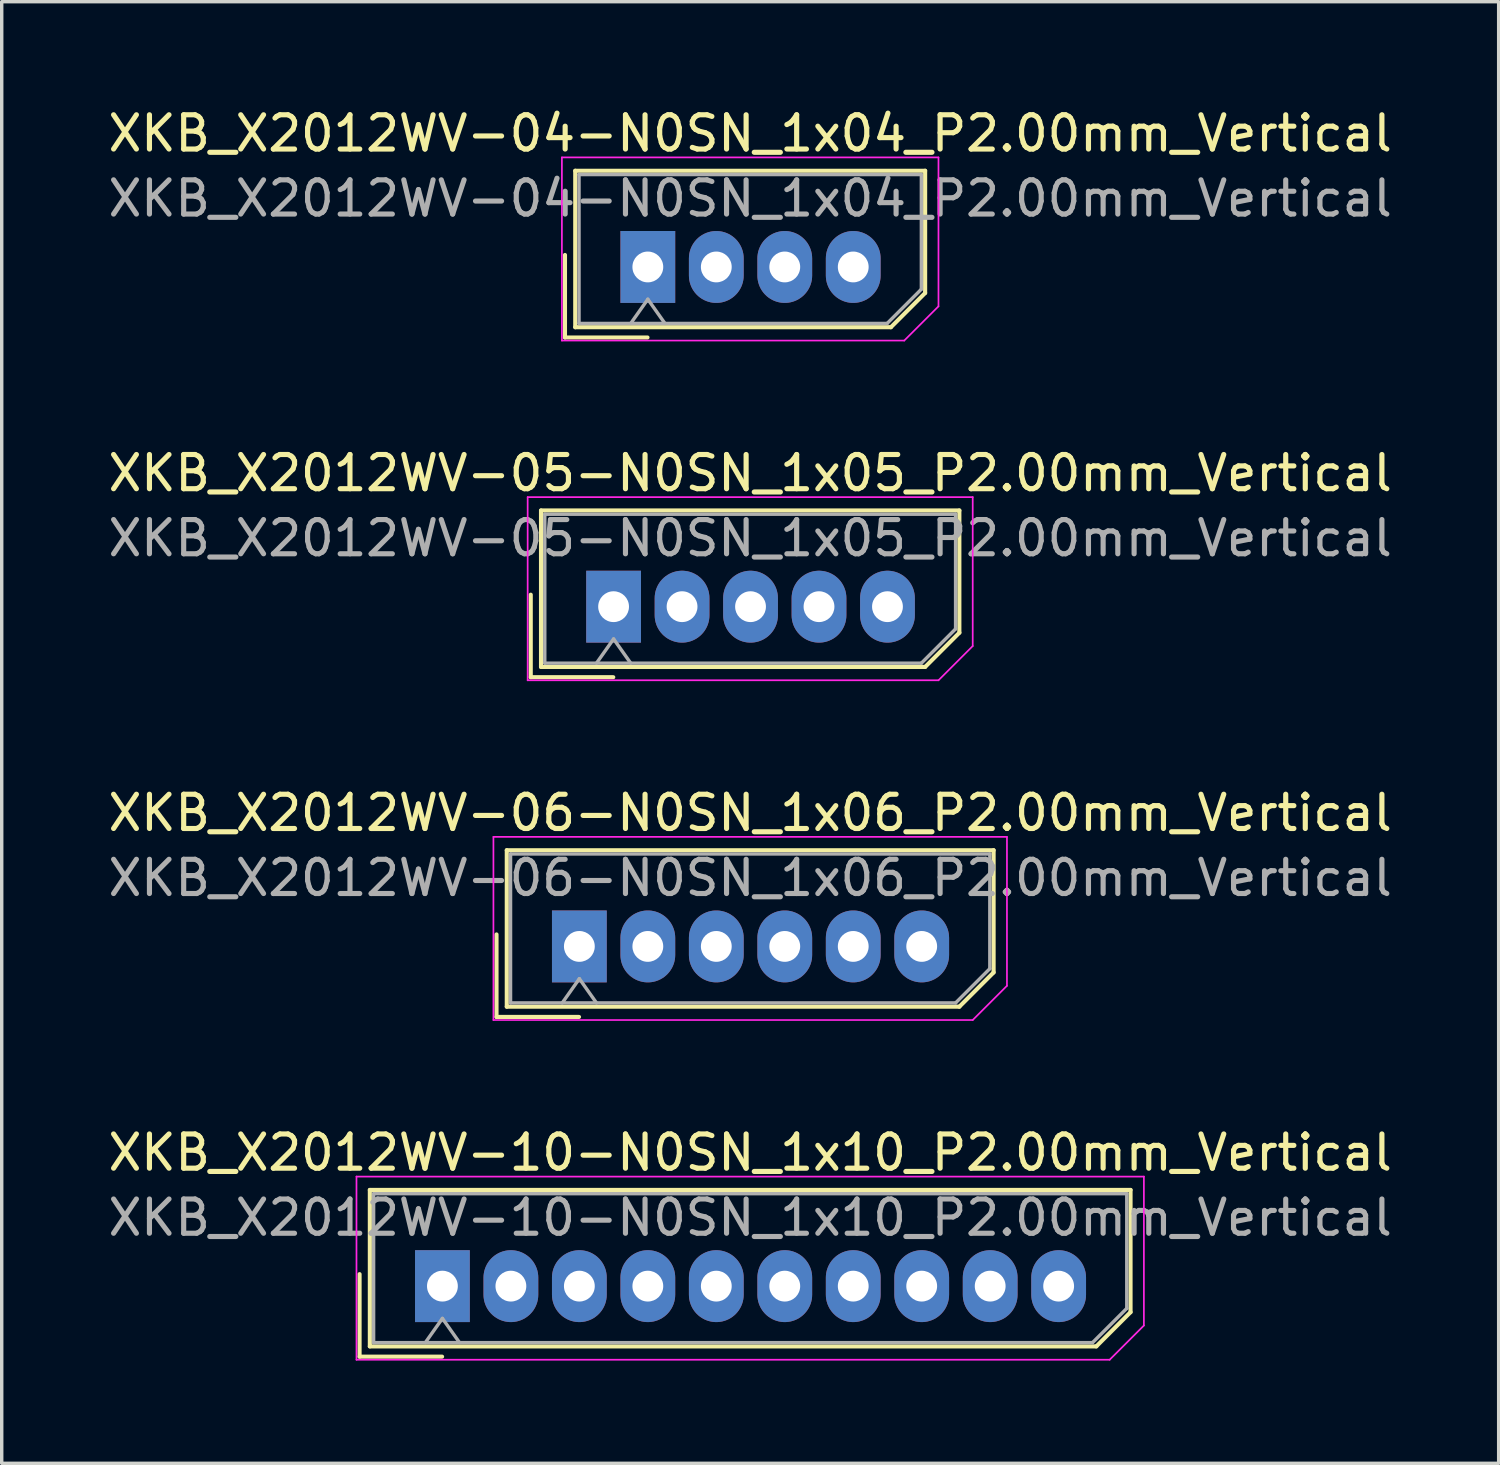
<source format=kicad_pcb>
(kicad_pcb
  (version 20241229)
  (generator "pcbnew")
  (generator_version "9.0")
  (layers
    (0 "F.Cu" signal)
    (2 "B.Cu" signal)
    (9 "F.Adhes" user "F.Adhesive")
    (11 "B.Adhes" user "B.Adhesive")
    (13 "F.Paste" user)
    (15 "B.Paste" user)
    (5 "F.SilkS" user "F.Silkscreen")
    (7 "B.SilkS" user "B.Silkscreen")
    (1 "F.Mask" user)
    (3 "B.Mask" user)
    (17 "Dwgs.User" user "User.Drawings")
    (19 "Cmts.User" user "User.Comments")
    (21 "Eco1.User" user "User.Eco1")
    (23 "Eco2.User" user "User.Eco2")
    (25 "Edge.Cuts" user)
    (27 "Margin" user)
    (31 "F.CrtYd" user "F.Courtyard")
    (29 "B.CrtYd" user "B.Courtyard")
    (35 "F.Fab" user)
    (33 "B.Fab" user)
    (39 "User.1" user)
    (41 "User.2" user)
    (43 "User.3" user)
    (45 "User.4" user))
  (footprint "XKB_X2012WV-04-N0SN_1x04_P2.00mm_Vertical"
    (layer "F.Cu")
    (at 15.873 4.748)
    (property "Reference" "XKB_X2012WV-04-N0SN_1x04_P2.00mm_Vertical" (at 2.99 -3.9 0) (layer "F.SilkS") (effects (font (size 1 1) (thickness 0.15))))
    (attr through_hole)
    (fp_line (start -2.42 -0.35) (end -2.42 2.06) (stroke (width 0.12) (type solid)) (layer "F.SilkS"))
    (fp_line (start -2.42 2.06) (end -0.01 2.06) (stroke (width 0.12) (type solid)) (layer "F.SilkS"))
    (fp_line (start -2.12 -2.81) (end -2.12 1.76) (stroke (width 0.12) (type solid)) (layer "F.SilkS"))
    (fp_line (start -2.12 1.76) (end 7.1 1.76) (stroke (width 0.12) (type solid)) (layer "F.SilkS"))
    (fp_line (start 7.1 1.76) (end 8.1 0.76) (stroke (width 0.12) (type solid)) (layer "F.SilkS"))
    (fp_line (start 8.1 -2.81) (end -2.12 -2.81) (stroke (width 0.12) (type solid)) (layer "F.SilkS"))
    (fp_line (start 8.1 0.76) (end 8.1 -2.81) (stroke (width 0.12) (type solid)) (layer "F.SilkS"))
    (fp_line (start -2.51 -3.2) (end -2.51 2.15) (stroke (width 0.05) (type solid)) (layer "F.CrtYd"))
    (fp_line (start -2.51 2.15) (end 7.49 2.15) (stroke (width 0.05) (type solid)) (layer "F.CrtYd"))
    (fp_line (start 7.49 2.15) (end 8.49 1.15) (stroke (width 0.05) (type solid)) (layer "F.CrtYd"))
    (fp_line (start 8.49 -3.2) (end -2.51 -3.2) (stroke (width 0.05) (type solid)) (layer "F.CrtYd"))
    (fp_line (start 8.49 1.15) (end 8.49 -3.2) (stroke (width 0.05) (type solid)) (layer "F.CrtYd"))
    (fp_line (start -2.01 -2.7) (end -2.01 1.65) (stroke (width 0.1) (type solid)) (layer "F.Fab"))
    (fp_line (start -2.01 1.65) (end 6.99 1.65) (stroke (width 0.1) (type solid)) (layer "F.Fab"))
    (fp_line (start -0.5 1.65) (end 0 0.943) (stroke (width 0.1) (type solid)) (layer "F.Fab"))
    (fp_line (start 0 0.943) (end 0.5 1.65) (stroke (width 0.1) (type solid)) (layer "F.Fab"))
    (fp_line (start 6.99 1.65) (end 7.99 0.65) (stroke (width 0.1) (type solid)) (layer "F.Fab"))
    (fp_line (start 7.99 -2.7) (end -2.01 -2.7) (stroke (width 0.1) (type solid)) (layer "F.Fab"))
    (fp_line (start 7.99 0.65) (end 7.99 -2.7) (stroke (width 0.1) (type solid)) (layer "F.Fab"))
    (fp_text user "${REFERENCE}" (at 2.99 -2 0) (layer "F.Fab") (effects (font (size 1 1) (thickness 0.15))))
    (pad "1" thru_hole rect (at 0 0) (size 1.6 2.1) (drill 0.9) (layers "*.Cu" "*.Mask"))
    (pad "2" thru_hole oval (at 2 0) (size 1.6 2.1) (drill 0.9) (layers "*.Cu" "*.Mask"))
    (pad "3" thru_hole oval (at 4 0) (size 1.6 2.1) (drill 0.9) (layers "*.Cu" "*.Mask"))
    (pad "4" thru_hole oval (at 6 0) (size 1.6 2.1) (drill 0.9) (layers "*.Cu" "*.Mask")))
  (footprint "XKB_X2012WV-05-N0SN_1x05_P2.00mm_Vertical"
    (layer "F.Cu")
    (at 14.873 14.671)
    (property "Reference" "XKB_X2012WV-05-N0SN_1x05_P2.00mm_Vertical" (at 3.99 -3.9 0) (layer "F.SilkS") (effects (font (size 1 1) (thickness 0.15))))
    (attr through_hole)
    (fp_line (start -2.42 -0.35) (end -2.42 2.06) (stroke (width 0.12) (type solid)) (layer "F.SilkS"))
    (fp_line (start -2.42 2.06) (end -0.01 2.06) (stroke (width 0.12) (type solid)) (layer "F.SilkS"))
    (fp_line (start -2.12 -2.81) (end -2.12 1.76) (stroke (width 0.12) (type solid)) (layer "F.SilkS"))
    (fp_line (start -2.12 1.76) (end 9.1 1.76) (stroke (width 0.12) (type solid)) (layer "F.SilkS"))
    (fp_line (start 9.1 1.76) (end 10.1 0.76) (stroke (width 0.12) (type solid)) (layer "F.SilkS"))
    (fp_line (start 10.1 -2.81) (end -2.12 -2.81) (stroke (width 0.12) (type solid)) (layer "F.SilkS"))
    (fp_line (start 10.1 0.76) (end 10.1 -2.81) (stroke (width 0.12) (type solid)) (layer "F.SilkS"))
    (fp_line (start -2.51 -3.2) (end -2.51 2.15) (stroke (width 0.05) (type solid)) (layer "F.CrtYd"))
    (fp_line (start -2.51 2.15) (end 9.49 2.15) (stroke (width 0.05) (type solid)) (layer "F.CrtYd"))
    (fp_line (start 9.49 2.15) (end 10.49 1.15) (stroke (width 0.05) (type solid)) (layer "F.CrtYd"))
    (fp_line (start 10.49 -3.2) (end -2.51 -3.2) (stroke (width 0.05) (type solid)) (layer "F.CrtYd"))
    (fp_line (start 10.49 1.15) (end 10.49 -3.2) (stroke (width 0.05) (type solid)) (layer "F.CrtYd"))
    (fp_line (start -2.01 -2.7) (end -2.01 1.65) (stroke (width 0.1) (type solid)) (layer "F.Fab"))
    (fp_line (start -2.01 1.65) (end 8.99 1.65) (stroke (width 0.1) (type solid)) (layer "F.Fab"))
    (fp_line (start -0.5 1.65) (end 0 0.943) (stroke (width 0.1) (type solid)) (layer "F.Fab"))
    (fp_line (start 0 0.943) (end 0.5 1.65) (stroke (width 0.1) (type solid)) (layer "F.Fab"))
    (fp_line (start 8.99 1.65) (end 9.99 0.65) (stroke (width 0.1) (type solid)) (layer "F.Fab"))
    (fp_line (start 9.99 -2.7) (end -2.01 -2.7) (stroke (width 0.1) (type solid)) (layer "F.Fab"))
    (fp_line (start 9.99 0.65) (end 9.99 -2.7) (stroke (width 0.1) (type solid)) (layer "F.Fab"))
    (fp_text user "${REFERENCE}" (at 3.99 -2 0) (layer "F.Fab") (effects (font (size 1 1) (thickness 0.15))))
    (pad "1" thru_hole rect (at 0 0) (size 1.6 2.1) (drill 0.9) (layers "*.Cu" "*.Mask"))
    (pad "2" thru_hole oval (at 2 0) (size 1.6 2.1) (drill 0.9) (layers "*.Cu" "*.Mask"))
    (pad "3" thru_hole oval (at 4 0) (size 1.6 2.1) (drill 0.9) (layers "*.Cu" "*.Mask"))
    (pad "4" thru_hole oval (at 6 0) (size 1.6 2.1) (drill 0.9) (layers "*.Cu" "*.Mask"))
    (pad "5" thru_hole oval (at 8 0) (size 1.6 2.1) (drill 0.9) (layers "*.Cu" "*.Mask")))
  (footprint "XKB_X2012WV-10-N0SN_1x10_P2.00mm_Vertical"
    (layer "F.Cu")
    (at 9.873 34.518)
    (property "Reference" "XKB_X2012WV-10-N0SN_1x10_P2.00mm_Vertical" (at 8.99 -3.9 0) (layer "F.SilkS") (effects (font (size 1 1) (thickness 0.15))))
    (attr through_hole)
    (fp_line (start -2.42 -0.35) (end -2.42 2.06) (stroke (width 0.12) (type solid)) (layer "F.SilkS"))
    (fp_line (start -2.42 2.06) (end -0.01 2.06) (stroke (width 0.12) (type solid)) (layer "F.SilkS"))
    (fp_line (start -2.12 -2.81) (end -2.12 1.76) (stroke (width 0.12) (type solid)) (layer "F.SilkS"))
    (fp_line (start -2.12 1.76) (end 19.1 1.76) (stroke (width 0.12) (type solid)) (layer "F.SilkS"))
    (fp_line (start 19.1 1.76) (end 20.1 0.76) (stroke (width 0.12) (type solid)) (layer "F.SilkS"))
    (fp_line (start 20.1 -2.81) (end -2.12 -2.81) (stroke (width 0.12) (type solid)) (layer "F.SilkS"))
    (fp_line (start 20.1 0.76) (end 20.1 -2.81) (stroke (width 0.12) (type solid)) (layer "F.SilkS"))
    (fp_line (start -2.51 -3.2) (end -2.51 2.15) (stroke (width 0.05) (type solid)) (layer "F.CrtYd"))
    (fp_line (start -2.51 2.15) (end 19.49 2.15) (stroke (width 0.05) (type solid)) (layer "F.CrtYd"))
    (fp_line (start 19.49 2.15) (end 20.49 1.15) (stroke (width 0.05) (type solid)) (layer "F.CrtYd"))
    (fp_line (start 20.49 -3.2) (end -2.51 -3.2) (stroke (width 0.05) (type solid)) (layer "F.CrtYd"))
    (fp_line (start 20.49 1.15) (end 20.49 -3.2) (stroke (width 0.05) (type solid)) (layer "F.CrtYd"))
    (fp_line (start -2.01 -2.7) (end -2.01 1.65) (stroke (width 0.1) (type solid)) (layer "F.Fab"))
    (fp_line (start -2.01 1.65) (end 18.99 1.65) (stroke (width 0.1) (type solid)) (layer "F.Fab"))
    (fp_line (start -0.5 1.65) (end 0 0.943) (stroke (width 0.1) (type solid)) (layer "F.Fab"))
    (fp_line (start 0 0.943) (end 0.5 1.65) (stroke (width 0.1) (type solid)) (layer "F.Fab"))
    (fp_line (start 18.99 1.65) (end 19.99 0.65) (stroke (width 0.1) (type solid)) (layer "F.Fab"))
    (fp_line (start 19.99 -2.7) (end -2.01 -2.7) (stroke (width 0.1) (type solid)) (layer "F.Fab"))
    (fp_line (start 19.99 0.65) (end 19.99 -2.7) (stroke (width 0.1) (type solid)) (layer "F.Fab"))
    (fp_text user "${REFERENCE}" (at 8.99 -2 0) (layer "F.Fab") (effects (font (size 1 1) (thickness 0.15))))
    (pad "1" thru_hole rect (at 0 0) (size 1.6 2.1) (drill 0.9) (layers "*.Cu" "*.Mask"))
    (pad "2" thru_hole oval (at 2 0) (size 1.6 2.1) (drill 0.9) (layers "*.Cu" "*.Mask"))
    (pad "3" thru_hole oval (at 4 0) (size 1.6 2.1) (drill 0.9) (layers "*.Cu" "*.Mask"))
    (pad "4" thru_hole oval (at 6 0) (size 1.6 2.1) (drill 0.9) (layers "*.Cu" "*.Mask"))
    (pad "5" thru_hole oval (at 8 0) (size 1.6 2.1) (drill 0.9) (layers "*.Cu" "*.Mask"))
    (pad "6" thru_hole oval (at 10 0) (size 1.6 2.1) (drill 0.9) (layers "*.Cu" "*.Mask"))
    (pad "7" thru_hole oval (at 12 0) (size 1.6 2.1) (drill 0.9) (layers "*.Cu" "*.Mask"))
    (pad "8" thru_hole oval (at 14 0) (size 1.6 2.1) (drill 0.9) (layers "*.Cu" "*.Mask"))
    (pad "9" thru_hole oval (at 16 0) (size 1.6 2.1) (drill 0.9) (layers "*.Cu" "*.Mask"))
    (pad "10" thru_hole oval (at 18 0) (size 1.6 2.1) (drill 0.9) (layers "*.Cu" "*.Mask")))
  (footprint "XKB_X2012WV-06-N0SN_1x06_P2.00mm_Vertical"
    (layer "F.Cu")
    (at 13.873 24.595)
    (property "Reference" "XKB_X2012WV-06-N0SN_1x06_P2.00mm_Vertical" (at 4.99 -3.9 0) (layer "F.SilkS") (effects (font (size 1 1) (thickness 0.15))))
    (attr through_hole)
    (fp_line (start -2.42 -0.35) (end -2.42 2.06) (stroke (width 0.12) (type solid)) (layer "F.SilkS"))
    (fp_line (start -2.42 2.06) (end -0.01 2.06) (stroke (width 0.12) (type solid)) (layer "F.SilkS"))
    (fp_line (start -2.12 -2.81) (end -2.12 1.76) (stroke (width 0.12) (type solid)) (layer "F.SilkS"))
    (fp_line (start -2.12 1.76) (end 11.1 1.76) (stroke (width 0.12) (type solid)) (layer "F.SilkS"))
    (fp_line (start 11.1 1.76) (end 12.1 0.76) (stroke (width 0.12) (type solid)) (layer "F.SilkS"))
    (fp_line (start 12.1 -2.81) (end -2.12 -2.81) (stroke (width 0.12) (type solid)) (layer "F.SilkS"))
    (fp_line (start 12.1 0.76) (end 12.1 -2.81) (stroke (width 0.12) (type solid)) (layer "F.SilkS"))
    (fp_line (start -2.51 -3.2) (end -2.51 2.15) (stroke (width 0.05) (type solid)) (layer "F.CrtYd"))
    (fp_line (start -2.51 2.15) (end 11.49 2.15) (stroke (width 0.05) (type solid)) (layer "F.CrtYd"))
    (fp_line (start 11.49 2.15) (end 12.49 1.15) (stroke (width 0.05) (type solid)) (layer "F.CrtYd"))
    (fp_line (start 12.49 -3.2) (end -2.51 -3.2) (stroke (width 0.05) (type solid)) (layer "F.CrtYd"))
    (fp_line (start 12.49 1.15) (end 12.49 -3.2) (stroke (width 0.05) (type solid)) (layer "F.CrtYd"))
    (fp_line (start -2.01 -2.7) (end -2.01 1.65) (stroke (width 0.1) (type solid)) (layer "F.Fab"))
    (fp_line (start -2.01 1.65) (end 10.99 1.65) (stroke (width 0.1) (type solid)) (layer "F.Fab"))
    (fp_line (start -0.5 1.65) (end 0 0.943) (stroke (width 0.1) (type solid)) (layer "F.Fab"))
    (fp_line (start 0 0.943) (end 0.5 1.65) (stroke (width 0.1) (type solid)) (layer "F.Fab"))
    (fp_line (start 10.99 1.65) (end 11.99 0.65) (stroke (width 0.1) (type solid)) (layer "F.Fab"))
    (fp_line (start 11.99 -2.7) (end -2.01 -2.7) (stroke (width 0.1) (type solid)) (layer "F.Fab"))
    (fp_line (start 11.99 0.65) (end 11.99 -2.7) (stroke (width 0.1) (type solid)) (layer "F.Fab"))
    (fp_text user "${REFERENCE}" (at 4.99 -2 0) (layer "F.Fab") (effects (font (size 1 1) (thickness 0.15))))
    (pad "1" thru_hole rect (at 0 0) (size 1.6 2.1) (drill 0.9) (layers "*.Cu" "*.Mask"))
    (pad "2" thru_hole oval (at 2 0) (size 1.6 2.1) (drill 0.9) (layers "*.Cu" "*.Mask"))
    (pad "3" thru_hole oval (at 4 0) (size 1.6 2.1) (drill 0.9) (layers "*.Cu" "*.Mask"))
    (pad "4" thru_hole oval (at 6 0) (size 1.6 2.1) (drill 0.9) (layers "*.Cu" "*.Mask"))
    (pad "5" thru_hole oval (at 8 0) (size 1.6 2.1) (drill 0.9) (layers "*.Cu" "*.Mask"))
    (pad "6" thru_hole oval (at 10 0) (size 1.6 2.1) (drill 0.9) (layers "*.Cu" "*.Mask")))
  (gr_rect
    (start -3 -3)
    (end 40.726 39.693)
    (stroke (width 0.1) (type default))
    (fill no)
    (layer "Edge.Cuts")))
</source>
